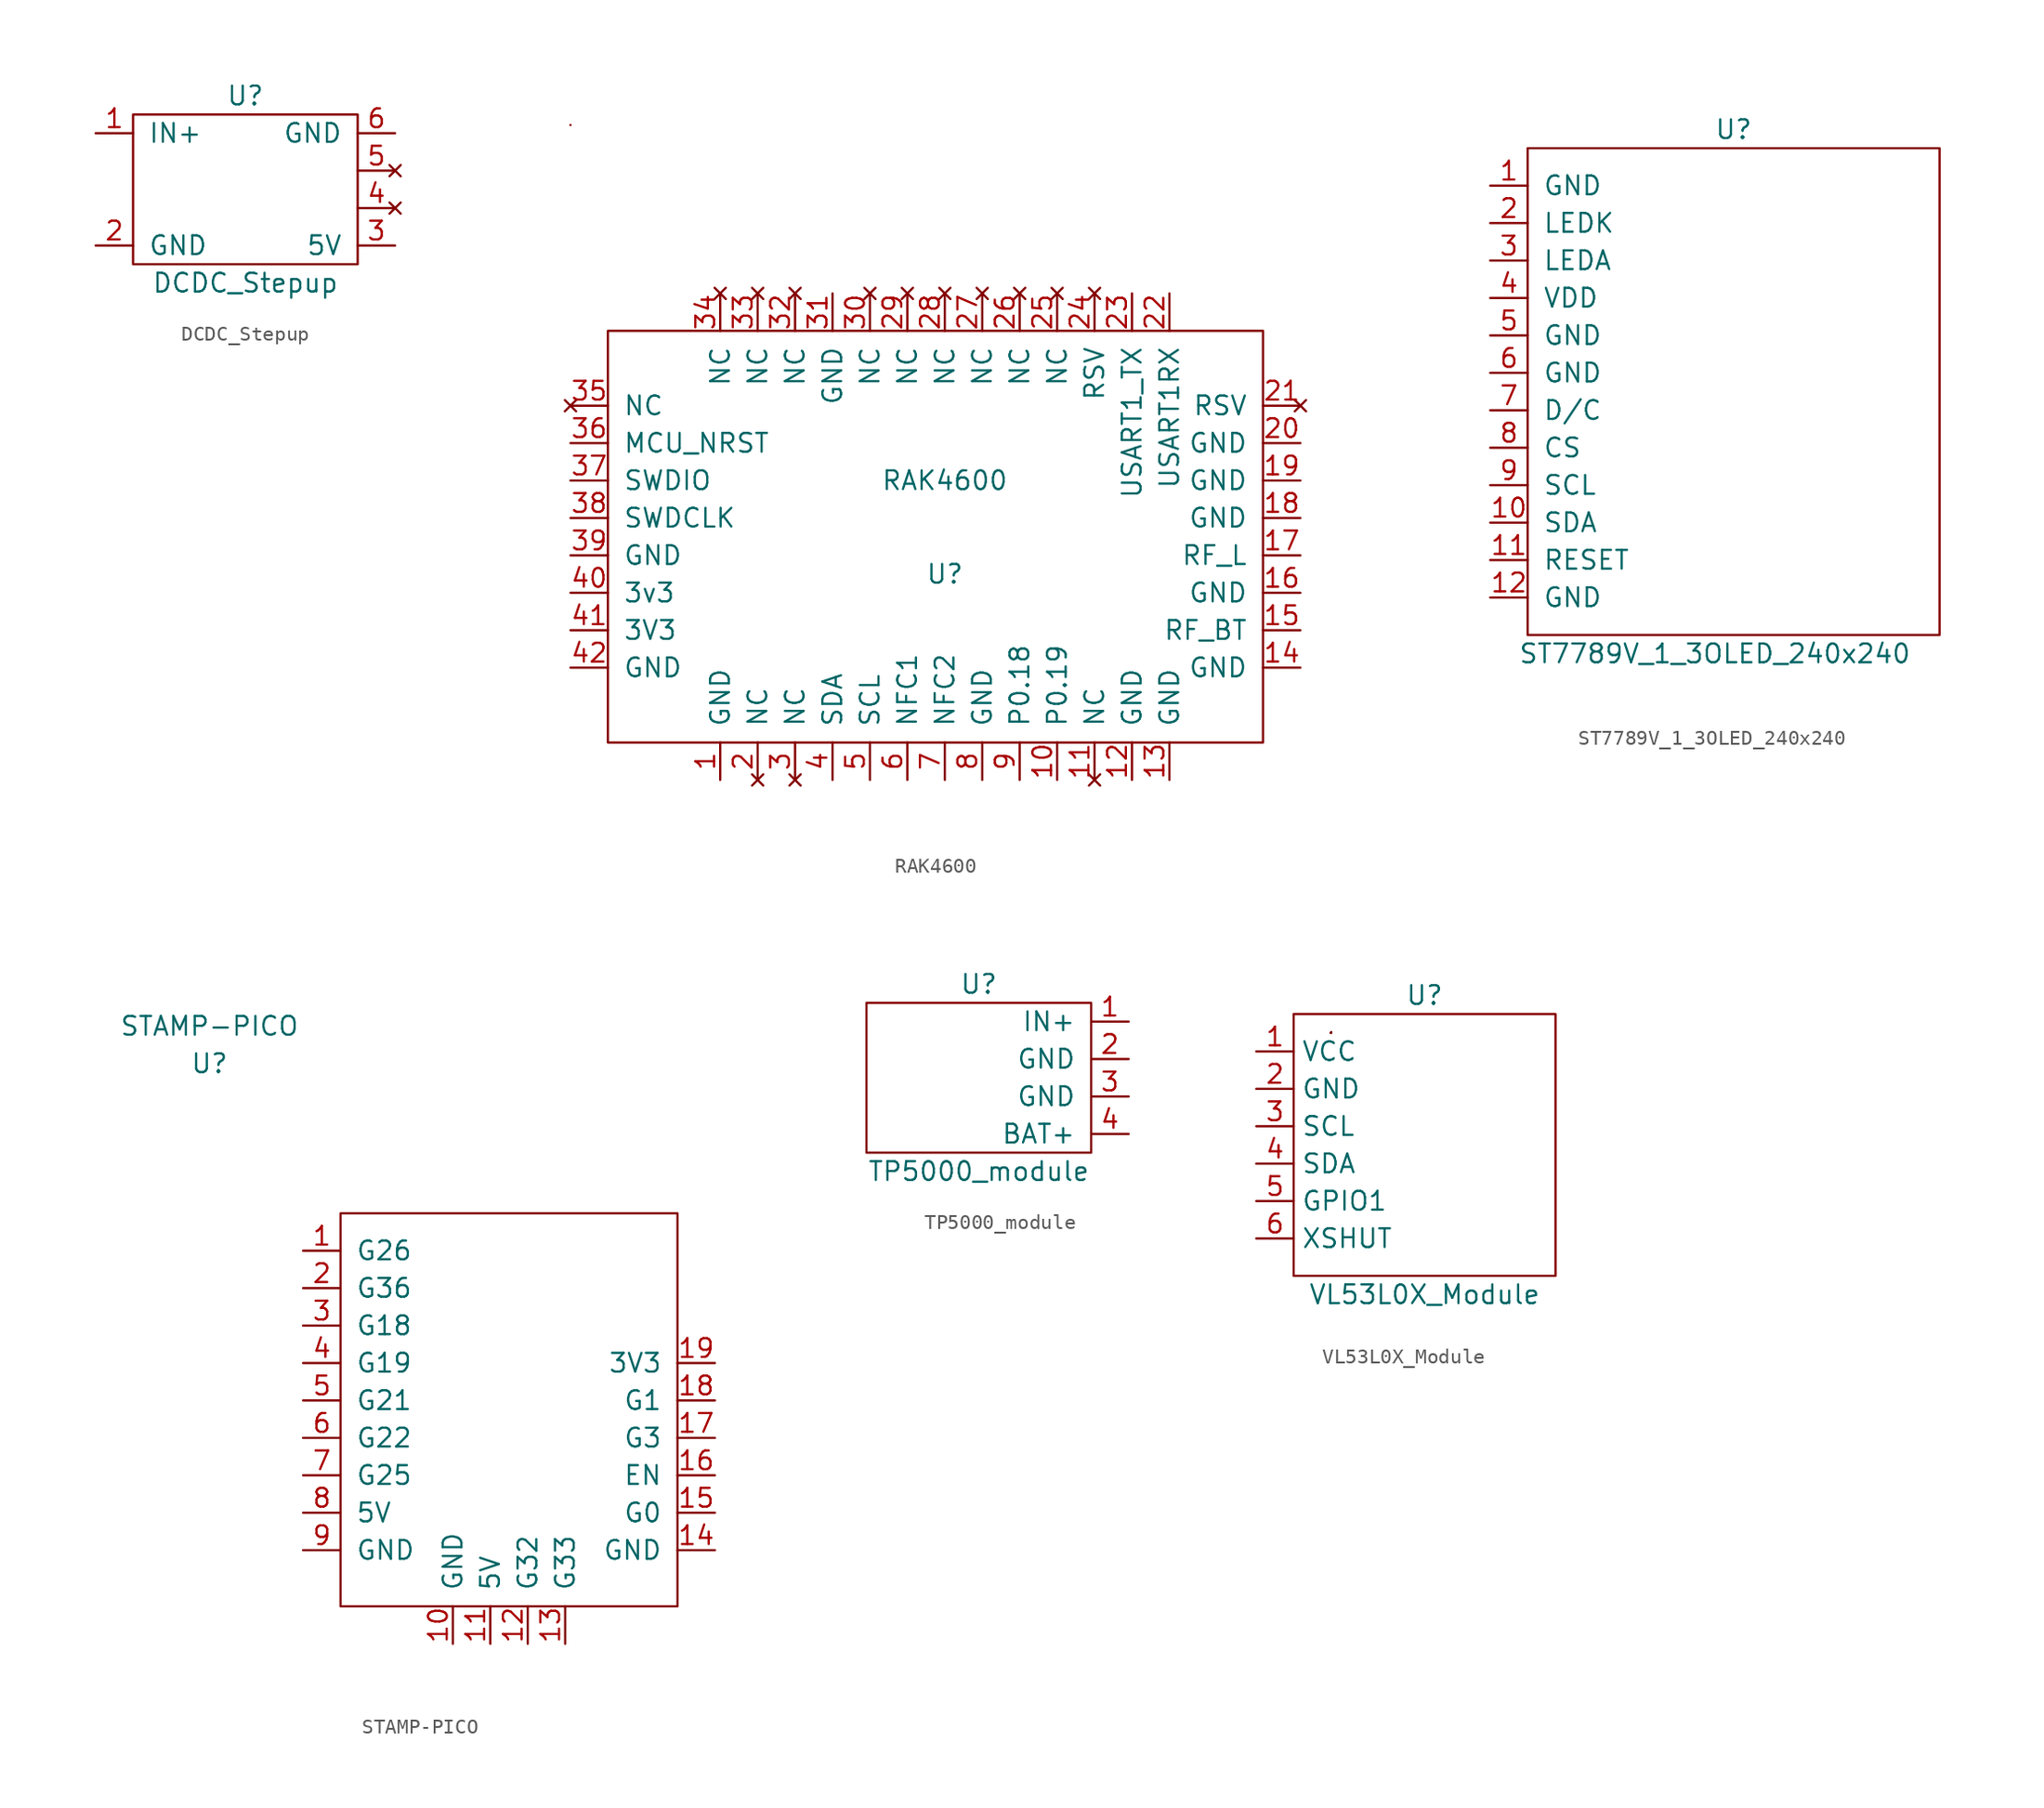
<source format=kicad_sym>
(kicad_symbol_lib
  (version 20211014)
  (generator kicad_symbol_editor)
  (symbol "DCDC_Stepup"
    (pin_names
      (offset 1.016))
    (property "Reference" "U"
      (at 0 6.35 0)
      (effects (font (size 1.27 1.27))))
    (property "Value" "DCDC_Stepup"
      (at 0 -6.35 0)
      (effects (font (size 1.27 1.27))))
    (symbol "DCDC_Stepup_0_1"
      (rectangle (start -7.62 5.08) (end 7.62 -5.08) (stroke (width 0) (type default) (color 0 0 0 0)) (fill (type none))))
    (symbol "DCDC_Stepup_1_1"
      (pin power_in line (at -10.16 3.81 0) (length 2.54) (name "IN+" (effects (font (size 1.27 1.27)))) (number "1" (effects (font (size 1.27 1.27)))))
      (pin passive line (at -10.16 -3.81 0) (length 2.54) (name "GND" (effects (font (size 1.27 1.27)))) (number "2" (effects (font (size 1.27 1.27)))))
      (pin power_out line (at 10.16 -3.81 180) (length 2.54) (name "5V" (effects (font (size 1.27 1.27)))) (number "3" (effects (font (size 1.27 1.27)))))
      (pin no_connect line (at 10.16 -1.27 180) (length 2.54) (name "~" (effects (font (size 1.27 1.27)))) (number "4" (effects (font (size 1.27 1.27)))))
      (pin no_connect line (at 10.16 1.27 180) (length 2.54) (name "~" (effects (font (size 1.27 1.27)))) (number "5" (effects (font (size 1.27 1.27)))))
      (pin passive line (at 10.16 3.81 180) (length 2.54) (name "GND" (effects (font (size 1.27 1.27)))) (number "6" (effects (font (size 1.27 1.27)))))))
  (symbol "RAK4600"
    (pin_names
      (offset 1.016))
    (property "Reference" "U"
      (at 0 -2.54 0)
      (effects (font (size 1.27 1.27))))
    (property "Value" "RAK4600"
      (at 0 3.81 0)
      (effects (font (size 1.27 1.27))))
    (symbol "RAK4600_0_1"
      (rectangle (start -25.4 27.94) (end -25.4 27.94) (stroke (width 0) (type default) (color 0 0 0 0)) (fill (type none)))
      (rectangle (start -22.86 -13.97) (end 21.59 13.97) (stroke (width 0) (type default) (color 0 0 0 0)) (fill (type none))))
    (symbol "RAK4600_1_1"
      (pin passive line (at -15.24 -16.51 90) (length 2.54) (name "GND" (effects (font (size 1.27 1.27)))) (number "1" (effects (font (size 1.27 1.27)))))
      (pin bidirectional line (at 7.62 -16.51 90) (length 2.54) (name "P0.19" (effects (font (size 1.27 1.27)))) (number "10" (effects (font (size 1.27 1.27)))))
      (pin no_connect line (at 10.16 -16.51 90) (length 2.54) (name "NC" (effects (font (size 1.27 1.27)))) (number "11" (effects (font (size 1.27 1.27)))))
      (pin passive line (at 12.7 -16.51 90) (length 2.54) (name "GND" (effects (font (size 1.27 1.27)))) (number "12" (effects (font (size 1.27 1.27)))))
      (pin passive line (at 15.24 -16.51 90) (length 2.54) (name "GND" (effects (font (size 1.27 1.27)))) (number "13" (effects (font (size 1.27 1.27)))))
      (pin passive line (at 24.13 -8.89 180) (length 2.54) (name "GND" (effects (font (size 1.27 1.27)))) (number "14" (effects (font (size 1.27 1.27)))))
      (pin bidirectional line (at 24.13 -6.35 180) (length 2.54) (name "RF_BT" (effects (font (size 1.27 1.27)))) (number "15" (effects (font (size 1.27 1.27)))))
      (pin passive line (at 24.13 -3.81 180) (length 2.54) (name "GND" (effects (font (size 1.27 1.27)))) (number "16" (effects (font (size 1.27 1.27)))))
      (pin bidirectional line (at 24.13 -1.27 180) (length 2.54) (name "RF_L" (effects (font (size 1.27 1.27)))) (number "17" (effects (font (size 1.27 1.27)))))
      (pin passive line (at 24.13 1.27 180) (length 2.54) (name "GND" (effects (font (size 1.27 1.27)))) (number "18" (effects (font (size 1.27 1.27)))))
      (pin passive line (at 24.13 3.81 180) (length 2.54) (name "GND" (effects (font (size 1.27 1.27)))) (number "19" (effects (font (size 1.27 1.27)))))
      (pin no_connect line (at -12.7 -16.51 90) (length 2.54) (name "NC" (effects (font (size 1.27 1.27)))) (number "2" (effects (font (size 1.27 1.27)))))
      (pin passive line (at 24.13 6.35 180) (length 2.54) (name "GND" (effects (font (size 1.27 1.27)))) (number "20" (effects (font (size 1.27 1.27)))))
      (pin no_connect line (at 24.13 8.89 180) (length 2.54) (name "RSV" (effects (font (size 1.27 1.27)))) (number "21" (effects (font (size 1.27 1.27)))))
      (pin bidirectional line (at 15.24 16.51 270) (length 2.54) (name "USART1RX" (effects (font (size 1.27 1.27)))) (number "22" (effects (font (size 1.27 1.27)))))
      (pin bidirectional line (at 12.7 16.51 270) (length 2.54) (name "USART1_TX" (effects (font (size 1.27 1.27)))) (number "23" (effects (font (size 1.27 1.27)))))
      (pin no_connect line (at 10.16 16.51 270) (length 2.54) (name "RSV" (effects (font (size 1.27 1.27)))) (number "24" (effects (font (size 1.27 1.27)))))
      (pin no_connect line (at 7.62 16.51 270) (length 2.54) (name "NC" (effects (font (size 1.27 1.27)))) (number "25" (effects (font (size 1.27 1.27)))))
      (pin no_connect line (at 5.08 16.51 270) (length 2.54) (name "NC" (effects (font (size 1.27 1.27)))) (number "26" (effects (font (size 1.27 1.27)))))
      (pin no_connect line (at 2.54 16.51 270) (length 2.54) (name "NC" (effects (font (size 1.27 1.27)))) (number "27" (effects (font (size 1.27 1.27)))))
      (pin no_connect line (at 0 16.51 270) (length 2.54) (name "NC" (effects (font (size 1.27 1.27)))) (number "28" (effects (font (size 1.27 1.27)))))
      (pin no_connect line (at -2.54 16.51 270) (length 2.54) (name "NC" (effects (font (size 1.27 1.27)))) (number "29" (effects (font (size 1.27 1.27)))))
      (pin no_connect line (at -10.16 -16.51 90) (length 2.54) (name "NC" (effects (font (size 1.27 1.27)))) (number "3" (effects (font (size 1.27 1.27)))))
      (pin no_connect line (at -5.08 16.51 270) (length 2.54) (name "NC" (effects (font (size 1.27 1.27)))) (number "30" (effects (font (size 1.27 1.27)))))
      (pin passive line (at -7.62 16.51 270) (length 2.54) (name "GND" (effects (font (size 1.27 1.27)))) (number "31" (effects (font (size 1.27 1.27)))))
      (pin no_connect line (at -10.16 16.51 270) (length 2.54) (name "NC" (effects (font (size 1.27 1.27)))) (number "32" (effects (font (size 1.27 1.27)))))
      (pin no_connect line (at -12.7 16.51 270) (length 2.54) (name "NC" (effects (font (size 1.27 1.27)))) (number "33" (effects (font (size 1.27 1.27)))))
      (pin no_connect line (at -15.24 16.51 270) (length 2.54) (name "NC" (effects (font (size 1.27 1.27)))) (number "34" (effects (font (size 1.27 1.27)))))
      (pin no_connect line (at -25.4 8.89 0) (length 2.54) (name "NC" (effects (font (size 1.27 1.27)))) (number "35" (effects (font (size 1.27 1.27)))))
      (pin input line (at -25.4 6.35 0) (length 2.54) (name "MCU_NRST" (effects (font (size 1.27 1.27)))) (number "36" (effects (font (size 1.27 1.27)))))
      (pin bidirectional line (at -25.4 3.81 0) (length 2.54) (name "SWDIO" (effects (font (size 1.27 1.27)))) (number "37" (effects (font (size 1.27 1.27)))))
      (pin bidirectional line (at -25.4 1.27 0) (length 2.54) (name "SWDCLK" (effects (font (size 1.27 1.27)))) (number "38" (effects (font (size 1.27 1.27)))))
      (pin passive line (at -25.4 -1.27 0) (length 2.54) (name "GND" (effects (font (size 1.27 1.27)))) (number "39" (effects (font (size 1.27 1.27)))))
      (pin bidirectional line (at -7.62 -16.51 90) (length 2.54) (name "SDA" (effects (font (size 1.27 1.27)))) (number "4" (effects (font (size 1.27 1.27)))))
      (pin power_in line (at -25.4 -3.81 0) (length 2.54) (name "3v3" (effects (font (size 1.27 1.27)))) (number "40" (effects (font (size 1.27 1.27)))))
      (pin power_in line (at -25.4 -6.35 0) (length 2.54) (name "3V3" (effects (font (size 1.27 1.27)))) (number "41" (effects (font (size 1.27 1.27)))))
      (pin passive line (at -25.4 -8.89 0) (length 2.54) (name "GND" (effects (font (size 1.27 1.27)))) (number "42" (effects (font (size 1.27 1.27)))))
      (pin bidirectional line (at -5.08 -16.51 90) (length 2.54) (name "SCL" (effects (font (size 1.27 1.27)))) (number "5" (effects (font (size 1.27 1.27)))))
      (pin bidirectional line (at -2.54 -16.51 90) (length 2.54) (name "NFC1" (effects (font (size 1.27 1.27)))) (number "6" (effects (font (size 1.27 1.27)))))
      (pin bidirectional line (at 0 -16.51 90) (length 2.54) (name "NFC2" (effects (font (size 1.27 1.27)))) (number "7" (effects (font (size 1.27 1.27)))))
      (pin passive line (at 2.54 -16.51 90) (length 2.54) (name "GND" (effects (font (size 1.27 1.27)))) (number "8" (effects (font (size 1.27 1.27)))))
      (pin bidirectional line (at 5.08 -16.51 90) (length 2.54) (name "P0.18" (effects (font (size 1.27 1.27)))) (number "9" (effects (font (size 1.27 1.27)))))))
  (symbol "ST7789V_1_3OLED_240x240"
    (pin_names
      (offset 1.016))
    (property "Reference" "U"
      (at 0 17.78 0)
      (effects (font (size 1.27 1.27))))
    (property "Value" "ST7789V_1_3OLED_240x240"
      (at -1.27 -17.78 0)
      (effects (font (size 1.27 1.27))))
    (symbol "ST7789V_1_3OLED_240x240_0_1"
      (rectangle (start -13.97 16.51) (end 13.97 -16.51) (stroke (width 0) (type default) (color 0 0 0 0)) (fill (type none))))
    (symbol "ST7789V_1_3OLED_240x240_1_1"
      (pin passive line (at -16.51 13.97 0) (length 2.54) (name "GND" (effects (font (size 1.27 1.27)))) (number "1" (effects (font (size 1.27 1.27)))))
      (pin input line (at -16.51 -8.89 0) (length 2.54) (name "SDA" (effects (font (size 1.27 1.27)))) (number "10" (effects (font (size 1.27 1.27)))))
      (pin input line (at -16.51 -11.43 0) (length 2.54) (name "RESET" (effects (font (size 1.27 1.27)))) (number "11" (effects (font (size 1.27 1.27)))))
      (pin passive line (at -16.51 -13.97 0) (length 2.54) (name "GND" (effects (font (size 1.27 1.27)))) (number "12" (effects (font (size 1.27 1.27)))))
      (pin passive line (at -16.51 11.43 0) (length 2.54) (name "LEDK" (effects (font (size 1.27 1.27)))) (number "2" (effects (font (size 1.27 1.27)))))
      (pin passive line (at -16.51 8.89 0) (length 2.54) (name "LEDA" (effects (font (size 1.27 1.27)))) (number "3" (effects (font (size 1.27 1.27)))))
      (pin passive line (at -16.51 6.35 0) (length 2.54) (name "VDD" (effects (font (size 1.27 1.27)))) (number "4" (effects (font (size 1.27 1.27)))))
      (pin passive line (at -16.51 3.81 0) (length 2.54) (name "GND" (effects (font (size 1.27 1.27)))) (number "5" (effects (font (size 1.27 1.27)))))
      (pin passive line (at -16.51 1.27 0) (length 2.54) (name "GND" (effects (font (size 1.27 1.27)))) (number "6" (effects (font (size 1.27 1.27)))))
      (pin input line (at -16.51 -1.27 0) (length 2.54) (name "D/C" (effects (font (size 1.27 1.27)))) (number "7" (effects (font (size 1.27 1.27)))))
      (pin input line (at -16.51 -3.81 0) (length 2.54) (name "CS" (effects (font (size 1.27 1.27)))) (number "8" (effects (font (size 1.27 1.27)))))
      (pin input line (at -16.51 -6.35 0) (length 2.54) (name "SCL" (effects (font (size 1.27 1.27)))) (number "9" (effects (font (size 1.27 1.27)))))))
  (symbol "STAMP-PICO"
    (pin_names
      (offset 1.016))
    (property "Reference" "U"
      (at -20.32 21.59 0)
      (effects (font (size 1.27 1.27))))
    (property "Value" "STAMP-PICO"
      (at -20.32 24.13 0)
      (effects (font (size 1.27 1.27))))
    (symbol "STAMP-PICO_0_1"
      (rectangle (start -11.43 11.43) (end 11.43 -15.24) (stroke (width 0) (type default) (color 0 0 0 0)) (fill (type none))))
    (symbol "STAMP-PICO_1_1"
      (pin bidirectional line (at -13.97 8.89 0) (length 2.54) (name "G26" (effects (font (size 1.27 1.27)))) (number "1" (effects (font (size 1.27 1.27)))))
      (pin passive line (at -3.81 -17.78 90) (length 2.54) (name "GND" (effects (font (size 1.27 1.27)))) (number "10" (effects (font (size 1.27 1.27)))))
      (pin power_in line (at -1.27 -17.78 90) (length 2.54) (name "5V" (effects (font (size 1.27 1.27)))) (number "11" (effects (font (size 1.27 1.27)))))
      (pin bidirectional line (at 1.27 -17.78 90) (length 2.54) (name "G32" (effects (font (size 1.27 1.27)))) (number "12" (effects (font (size 1.27 1.27)))))
      (pin bidirectional line (at 3.81 -17.78 90) (length 2.54) (name "G33" (effects (font (size 1.27 1.27)))) (number "13" (effects (font (size 1.27 1.27)))))
      (pin passive line (at 13.97 -11.43 180) (length 2.54) (name "GND" (effects (font (size 1.27 1.27)))) (number "14" (effects (font (size 1.27 1.27)))))
      (pin bidirectional line (at 13.97 -8.89 180) (length 2.54) (name "G0" (effects (font (size 1.27 1.27)))) (number "15" (effects (font (size 1.27 1.27)))))
      (pin input line (at 13.97 -6.35 180) (length 2.54) (name "EN" (effects (font (size 1.27 1.27)))) (number "16" (effects (font (size 1.27 1.27)))))
      (pin bidirectional line (at 13.97 -3.81 180) (length 2.54) (name "G3" (effects (font (size 1.27 1.27)))) (number "17" (effects (font (size 1.27 1.27)))))
      (pin bidirectional line (at 13.97 -1.27 180) (length 2.54) (name "G1" (effects (font (size 1.27 1.27)))) (number "18" (effects (font (size 1.27 1.27)))))
      (pin power_out line (at 13.97 1.27 180) (length 2.54) (name "3V3" (effects (font (size 1.27 1.27)))) (number "19" (effects (font (size 1.27 1.27)))))
      (pin bidirectional line (at -13.97 6.35 0) (length 2.54) (name "G36" (effects (font (size 1.27 1.27)))) (number "2" (effects (font (size 1.27 1.27)))))
      (pin bidirectional line (at -13.97 3.81 0) (length 2.54) (name "G18" (effects (font (size 1.27 1.27)))) (number "3" (effects (font (size 1.27 1.27)))))
      (pin bidirectional line (at -13.97 1.27 0) (length 2.54) (name "G19" (effects (font (size 1.27 1.27)))) (number "4" (effects (font (size 1.27 1.27)))))
      (pin bidirectional line (at -13.97 -1.27 0) (length 2.54) (name "G21" (effects (font (size 1.27 1.27)))) (number "5" (effects (font (size 1.27 1.27)))))
      (pin bidirectional line (at -13.97 -3.81 0) (length 2.54) (name "G22" (effects (font (size 1.27 1.27)))) (number "6" (effects (font (size 1.27 1.27)))))
      (pin bidirectional line (at -13.97 -6.35 0) (length 2.54) (name "G25" (effects (font (size 1.27 1.27)))) (number "7" (effects (font (size 1.27 1.27)))))
      (pin power_in line (at -13.97 -8.89 0) (length 2.54) (name "5V" (effects (font (size 1.27 1.27)))) (number "8" (effects (font (size 1.27 1.27)))))
      (pin passive line (at -13.97 -11.43 0) (length 2.54) (name "GND" (effects (font (size 1.27 1.27)))) (number "9" (effects (font (size 1.27 1.27)))))))
  (symbol "TP5000_module"
    (pin_names
      (offset 1.016))
    (property "Reference" "U"
      (at -1.27 6.35 0)
      (effects (font (size 1.27 1.27))))
    (property "Value" "TP5000_module"
      (at -1.27 -6.35 0)
      (effects (font (size 1.27 1.27))))
    (symbol "TP5000_module_0_1"
      (rectangle (start -8.89 5.08) (end 6.35 -5.08) (stroke (width 0) (type default) (color 0 0 0 0)) (fill (type none))))
    (symbol "TP5000_module_1_1"
      (pin power_in line (at 8.89 3.81 180) (length 2.54) (name "IN+" (effects (font (size 1.27 1.27)))) (number "1" (effects (font (size 1.27 1.27)))))
      (pin passive line (at 8.89 1.27 180) (length 2.54) (name "GND" (effects (font (size 1.27 1.27)))) (number "2" (effects (font (size 1.27 1.27)))))
      (pin passive line (at 8.89 -1.27 180) (length 2.54) (name "GND" (effects (font (size 1.27 1.27)))) (number "3" (effects (font (size 1.27 1.27)))))
      (pin power_out line (at 8.89 -3.81 180) (length 2.54) (name "BAT+" (effects (font (size 1.27 1.27)))) (number "4" (effects (font (size 1.27 1.27)))))))
  (symbol "VL53L0X_Module"
    (property "Reference" "U"
      (at 0 10.16 0)
      (effects (font (size 1.27 1.27))))
    (property "Value" "VL53L0X_Module"
      (at 0 -10.16 0)
      (effects (font (size 1.27 1.27))))
    (symbol "VL53L0X_Module_0_1"
      (rectangle (start -8.89 8.89) (end 8.89 -8.89) (stroke (width 0.152) (type default) (color 0 0 0 0)) (fill (type none)))
      (rectangle (start -6.35 7.62) (end -6.35 7.62) (stroke (width 0.152) (type default) (color 0 0 0 0)) (fill (type none)))
      (rectangle (start -6.35 7.62) (end -6.35 7.62) (stroke (width 0.152) (type default) (color 0 0 0 0)) (fill (type none)))
      (rectangle (start -6.35 7.62) (end -6.35 7.62) (stroke (width 0.152) (type default) (color 0 0 0 0)) (fill (type none)))
      (rectangle (start -6.35 7.62) (end -6.35 7.62) (stroke (width 0.152) (type default) (color 0 0 0 0)) (fill (type none)))
      (rectangle (start -6.35 7.62) (end -6.35 7.62) (stroke (width 0.152) (type default) (color 0 0 0 0)) (fill (type none)))
      (rectangle (start -6.35 7.62) (end -6.35 7.62) (stroke (width 0.152) (type default) (color 0 0 0 0)) (fill (type none)))
      (rectangle (start -6.35 7.62) (end -6.35 7.62) (stroke (width 0.152) (type default) (color 0 0 0 0)) (fill (type none)))
      (rectangle (start -6.35 7.62) (end -6.35 7.62) (stroke (width 0.152) (type default) (color 0 0 0 0)) (fill (type none)))
      (rectangle (start -6.35 7.62) (end -6.35 7.62) (stroke (width 0.152) (type default) (color 0 0 0 0)) (fill (type none)))
      (rectangle (start -6.35 7.62) (end -6.35 7.62) (stroke (width 0.152) (type default) (color 0 0 0 0)) (fill (type none)))
      (rectangle (start -6.35 7.62) (end -6.35 7.62) (stroke (width 0.152) (type default) (color 0 0 0 0)) (fill (type none)))
      (rectangle (start -6.35 7.62) (end -6.35 7.62) (stroke (width 0.152) (type default) (color 0 0 0 0)) (fill (type none)))
      (rectangle (start -6.35 7.62) (end -6.35 7.62) (stroke (width 0.152) (type default) (color 0 0 0 0)) (fill (type none)))
      (rectangle (start -6.35 7.62) (end -6.35 7.62) (stroke (width 0.152) (type default) (color 0 0 0 0)) (fill (type none)))
      (rectangle (start -6.35 7.62) (end -6.35 7.62) (stroke (width 0.152) (type default) (color 0 0 0 0)) (fill (type none)))
      (rectangle (start -6.35 7.62) (end -6.35 7.62) (stroke (width 0.152) (type default) (color 0 0 0 0)) (fill (type none)))
      (rectangle (start -6.35 7.62) (end -6.35 7.62) (stroke (width 0.152) (type default) (color 0 0 0 0)) (fill (type none)))
      (rectangle (start -6.35 7.62) (end -6.35 7.62) (stroke (width 0.152) (type default) (color 0 0 0 0)) (fill (type none)))
      (rectangle (start -6.35 7.62) (end -6.35 7.62) (stroke (width 0.152) (type default) (color 0 0 0 0)) (fill (type none)))
      (rectangle (start -6.35 7.62) (end -6.35 7.62) (stroke (width 0.152) (type default) (color 0 0 0 0)) (fill (type none))))
    (symbol "VL53L0X_Module_1_1"
      (pin power_in line (at -11.43 6.35 0) (length 2.54) (name "VCC" (effects (font (size 1.27 1.27)))) (number "1" (effects (font (size 1.27 1.27)))))
      (pin passive line (at -11.43 3.81 0) (length 2.54) (name "GND" (effects (font (size 1.27 1.27)))) (number "2" (effects (font (size 1.27 1.27)))))
      (pin input line (at -11.43 1.27 0) (length 2.54) (name "SCL" (effects (font (size 1.27 1.27)))) (number "3" (effects (font (size 1.27 1.27)))))
      (pin input line (at -11.43 -1.27 0) (length 2.54) (name "SDA" (effects (font (size 1.27 1.27)))) (number "4" (effects (font (size 1.27 1.27)))))
      (pin input line (at -11.43 -3.81 0) (length 2.54) (name "GPIO1" (effects (font (size 1.27 1.27)))) (number "5" (effects (font (size 1.27 1.27)))))
      (pin input line (at -11.43 -6.35 0) (length 2.54) (name "XSHUT" (effects (font (size 1.27 1.27)))) (number "6" (effects (font (size 1.27 1.27))))))))
</source>
